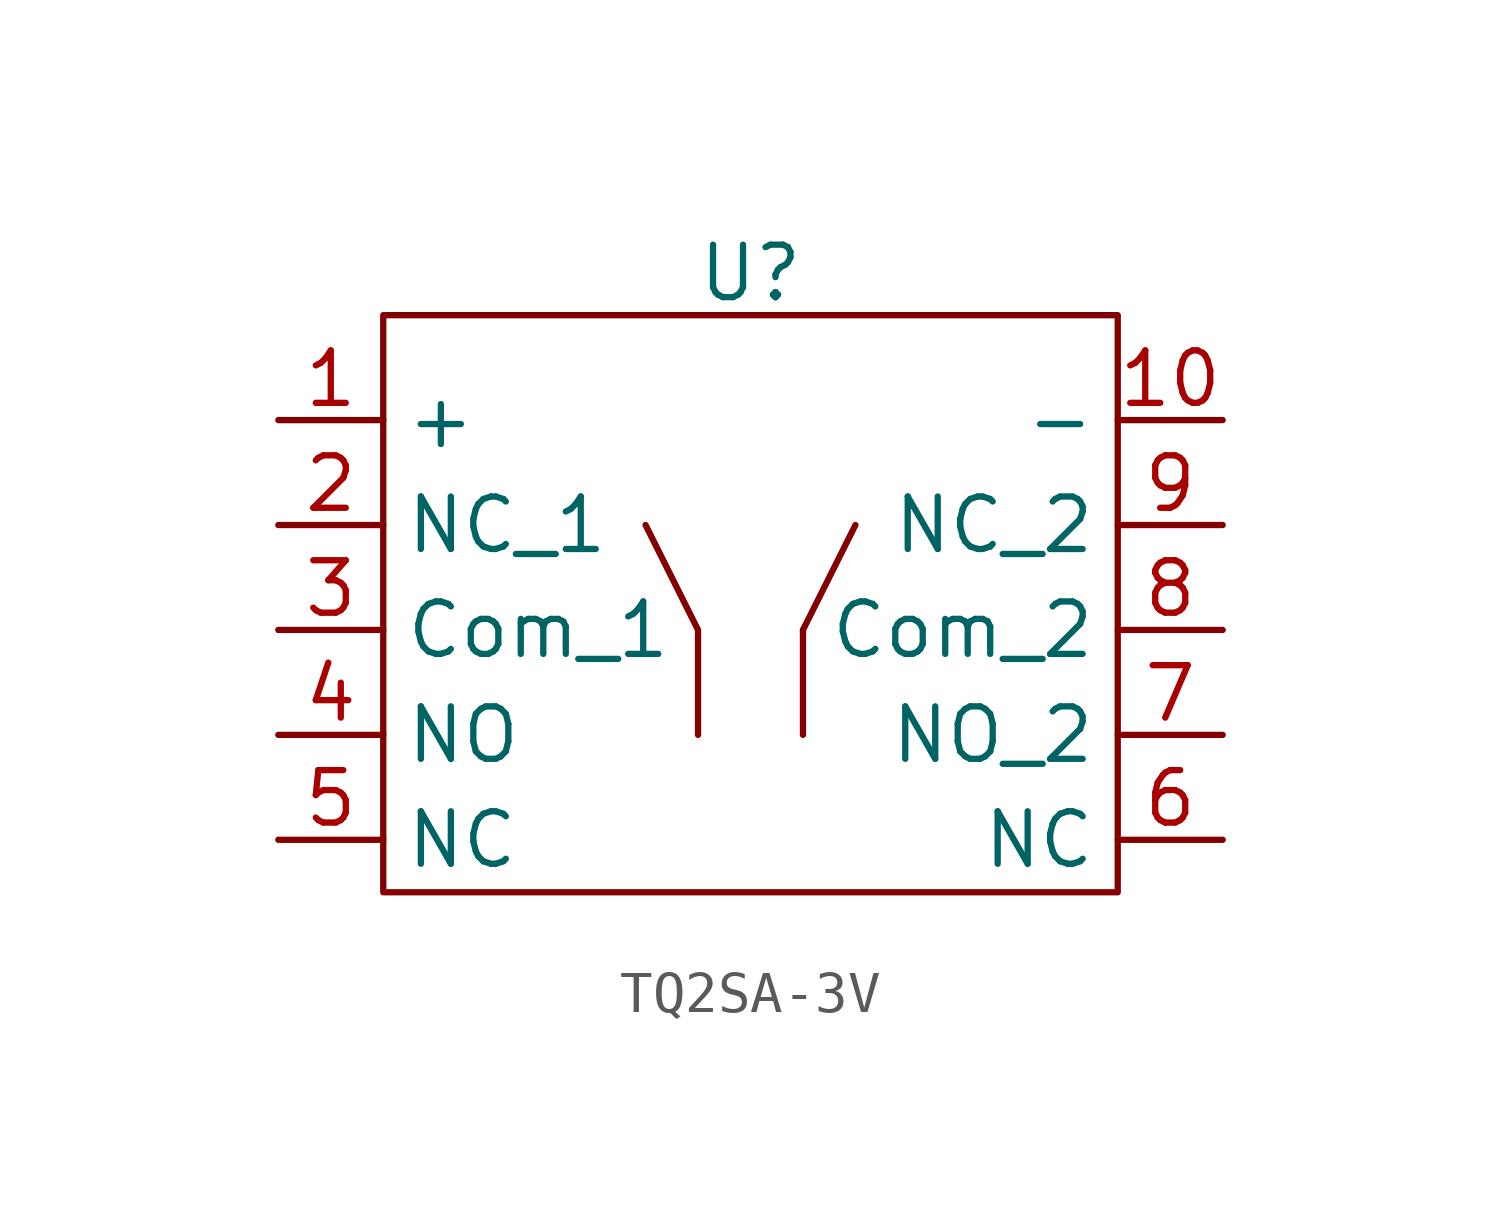
<source format=kicad_sym>
(kicad_symbol_lib
  (version 20231120)
  (generator "kicad_symbol_editor")
  (generator_version "8.0")
  (symbol "TQ2SA-3V"
    (property "Reference" "U"
      (at 0 4.826 0)
      (effects (font (size 1.27 1.27))))
    (property "Value" ""
      (at 0 0 0)
      (effects (font (size 1.27 1.27))))
    (symbol "TQ2SA-3V_0_1"
      (rectangle (start -8.89 3.81) (end 8.89 -10.16) (stroke (width 0) (type default)) (fill (type none)))
      (polyline (pts (xy 1.27 -3.81) (xy 1.27 -3.81)) (stroke (width 0) (type default)) (fill (type none)))
      (polyline (pts (xy -2.54 -1.27) (xy -1.27 -3.81) (xy -1.27 -6.35)) (stroke (width 0) (type default)) (fill (type none)))
      (polyline (pts (xy 2.54 -1.27) (xy 1.27 -3.81) (xy 1.27 -6.35)) (stroke (width 0) (type default)) (fill (type none))))
    (symbol "TQ2SA-3V_1_1"
      (pin input line (at -11.43 1.27 0) (length 2.54) (name "+" (effects (font (size 1.27 1.27)))) (number "1" (effects (font (size 1.27 1.27)))))
      (pin input line (at 11.43 1.27 180) (length 2.54) (name "-" (effects (font (size 1.27 1.27)))) (number "10" (effects (font (size 1.27 1.27)))))
      (pin input line (at -11.43 -1.27 0) (length 2.54) (name "NC_1" (effects (font (size 1.27 1.27)))) (number "2" (effects (font (size 1.27 1.27)))))
      (pin input line (at -11.43 -3.81 0) (length 2.54) (name "Com_1" (effects (font (size 1.27 1.27)))) (number "3" (effects (font (size 1.27 1.27)))))
      (pin input line (at -11.43 -6.35 0) (length 2.54) (name "NO" (effects (font (size 1.27 1.27)))) (number "4" (effects (font (size 1.27 1.27)))))
      (pin input line (at -11.43 -8.89 0) (length 2.54) (name "NC" (effects (font (size 1.27 1.27)))) (number "5" (effects (font (size 1.27 1.27)))))
      (pin input line (at 11.43 -8.89 180) (length 2.54) (name "NC" (effects (font (size 1.27 1.27)))) (number "6" (effects (font (size 1.27 1.27)))))
      (pin input line (at 11.43 -6.35 180) (length 2.54) (name "NO_2" (effects (font (size 1.27 1.27)))) (number "7" (effects (font (size 1.27 1.27)))))
      (pin input line (at 11.43 -3.81 180) (length 2.54) (name "Com_2" (effects (font (size 1.27 1.27)))) (number "8" (effects (font (size 1.27 1.27)))))
      (pin input line (at 11.43 -1.27 180) (length 2.54) (name "NC_2" (effects (font (size 1.27 1.27)))) (number "9" (effects (font (size 1.27 1.27))))))))
</source>
